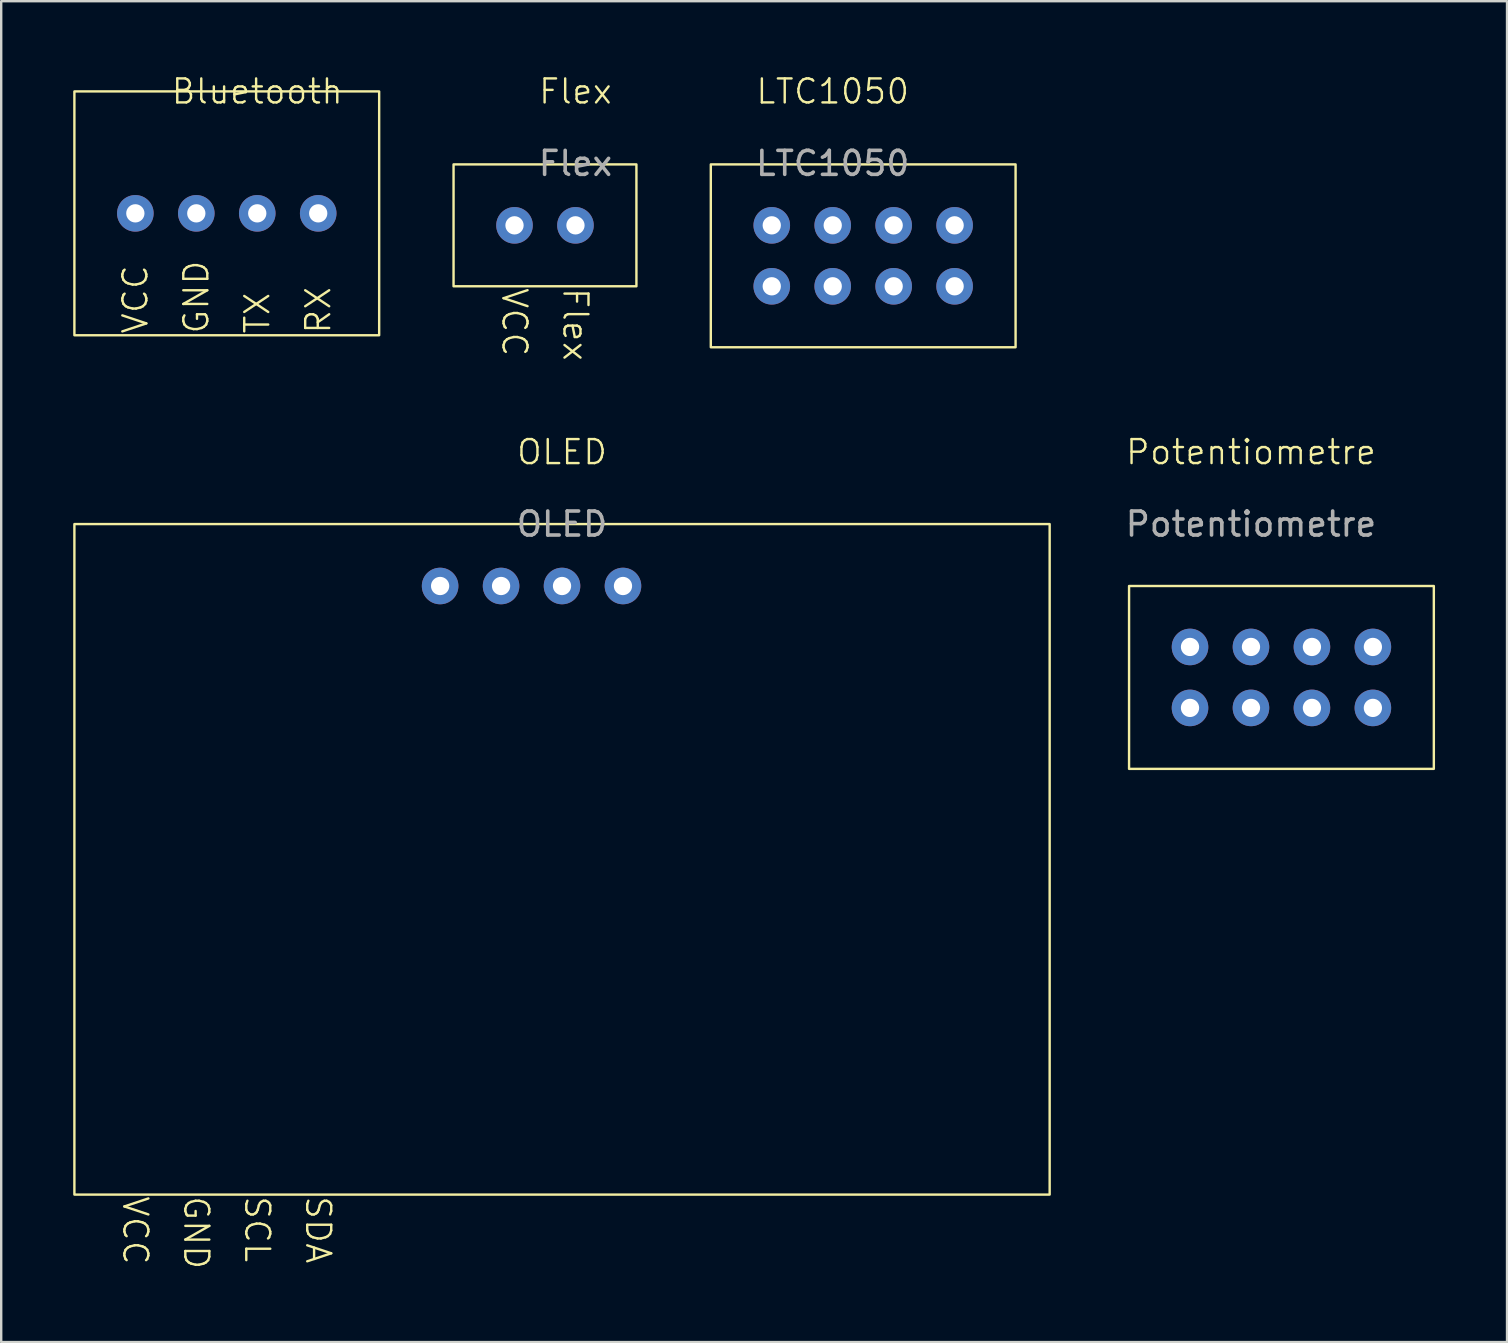
<source format=kicad_pcb>
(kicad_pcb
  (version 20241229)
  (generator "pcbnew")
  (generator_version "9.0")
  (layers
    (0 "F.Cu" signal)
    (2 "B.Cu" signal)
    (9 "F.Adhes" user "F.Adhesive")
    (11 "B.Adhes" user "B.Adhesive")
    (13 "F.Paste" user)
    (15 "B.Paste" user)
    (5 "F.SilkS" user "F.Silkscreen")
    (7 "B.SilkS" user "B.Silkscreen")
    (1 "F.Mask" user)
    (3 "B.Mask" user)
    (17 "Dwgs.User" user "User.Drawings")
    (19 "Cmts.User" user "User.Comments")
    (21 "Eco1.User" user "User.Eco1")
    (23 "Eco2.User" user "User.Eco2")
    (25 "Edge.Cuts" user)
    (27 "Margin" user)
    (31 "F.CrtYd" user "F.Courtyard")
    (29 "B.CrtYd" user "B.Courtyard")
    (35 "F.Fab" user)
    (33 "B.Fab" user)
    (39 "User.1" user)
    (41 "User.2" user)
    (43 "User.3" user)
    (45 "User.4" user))
  (footprint "LTC1050"
    (layer "F.Cu")
    (at 31.65 1.26)
    (property "Reference" "LTC1050" (at 0 -0.5 0) (unlocked yes) (layer "F.SilkS") (effects (font (size 1 1) (thickness 0.1))))
    (attr through_hole)
    (fp_rect (start 7.62 10.16) (end -5.08 2.54) (stroke (width 0.1) (type default)) (fill no) (layer "F.SilkS"))
    (fp_text user "${REFERENCE}" (at 0 2.5 0) (unlocked yes) (layer "F.Fab") (effects (font (size 1 1) (thickness 0.15))))
    (pad "1" thru_hole circle (at 5.08 5.08) (size 1.524 1.524) (drill 0.762) (layers "*.Cu" "*.Mask"))
    (pad "2" thru_hole circle (at 2.54 5.08) (size 1.524 1.524) (drill 0.762) (layers "*.Cu" "*.Mask"))
    (pad "3" thru_hole circle (at 0 5.08) (size 1.524 1.524) (drill 0.762) (layers "*.Cu" "*.Mask"))
    (pad "4" thru_hole circle (at -2.54 5.08) (size 1.524 1.524) (drill 0.762) (layers "*.Cu" "*.Mask"))
    (pad "5" thru_hole circle (at 5.08 7.62) (size 1.524 1.524) (drill 0.762) (layers "*.Cu" "*.Mask"))
    (pad "6" thru_hole circle (at 2.54 7.62) (size 1.524 1.524) (drill 0.762) (layers "*.Cu" "*.Mask"))
    (pad "7" thru_hole circle (at 0 7.62) (size 1.524 1.524) (drill 0.762) (layers "*.Cu" "*.Mask"))
    (pad "8" thru_hole circle (at -2.54 7.62) (size 1.524 1.524) (drill 0.762) (layers "*.Cu" "*.Mask")))
  (footprint "OLED"
    (layer "F.Cu")
    (at 7.67 39.109)
    (property "Reference" "OLED" (at 12.7 -23.32 0) (unlocked yes) (layer "F.SilkS") (effects (font (size 1 1) (thickness 0.1))))
    (attr through_hole)
    (fp_rect (start -7.62 7.62) (end 33.02 -20.32) (stroke (width 0.1) (type default)) (fill no) (layer "F.SilkS"))
    (fp_text user "GND" (at -2.54 7.62 270) (unlocked yes) (layer "F.SilkS") (effects (font (size 1 1) (thickness 0.1)) (justify left)))
    (fp_text user "SCL" (at 0 7.62 270) (unlocked yes) (layer "F.SilkS") (effects (font (size 1 1) (thickness 0.1)) (justify left)))
    (fp_text user "VCC" (at -5.08 7.62 270) (unlocked yes) (layer "F.SilkS") (effects (font (size 1 1) (thickness 0.1)) (justify left)))
    (fp_text user "SDA" (at 2.54 7.62 270) (unlocked yes) (layer "F.SilkS") (effects (font (size 1 1) (thickness 0.1)) (justify left)))
    (fp_text user "${REFERENCE}" (at 12.7 -20.32 0) (unlocked yes) (layer "F.Fab") (effects (font (size 1 1) (thickness 0.15))))
    (pad "1" thru_hole circle (at 7.62 -17.74) (size 1.524 1.524) (drill 0.762) (layers "*.Cu" "*.Mask"))
    (pad "2" thru_hole circle (at 10.16 -17.74) (size 1.524 1.524) (drill 0.762) (layers "*.Cu" "*.Mask"))
    (pad "3" thru_hole circle (at 12.7 -17.74) (size 1.524 1.524) (drill 0.762) (layers "*.Cu" "*.Mask"))
    (pad "4" thru_hole circle (at 15.24 -17.74) (size 1.524 1.524) (drill 0.762) (layers "*.Cu" "*.Mask")))
  (footprint "Potentiometre"
    (layer "F.Cu")
    (at 49.079 16.289)
    (property "Reference" "Potentiometre" (at 0 -0.5 0) (unlocked yes) (layer "F.SilkS") (effects (font (size 1 1) (thickness 0.1))))
    (attr through_hole)
    (fp_rect (start 7.62 12.7) (end -5.08 5.08) (stroke (width 0.1) (type default)) (fill no) (layer "F.SilkS"))
    (fp_text user "${REFERENCE}" (at 0 2.5 0) (unlocked yes) (layer "F.Fab") (effects (font (size 1 1) (thickness 0.15))))
    (pad "1" thru_hole circle (at 5.08 7.62) (size 1.524 1.524) (drill 0.762) (layers "*.Cu" "*.Mask"))
    (pad "2" thru_hole circle (at 2.54 7.62) (size 1.524 1.524) (drill 0.762) (layers "*.Cu" "*.Mask"))
    (pad "3" thru_hole circle (at 0 7.62) (size 1.524 1.524) (drill 0.762) (layers "*.Cu" "*.Mask"))
    (pad "4" thru_hole circle (at -2.54 7.62) (size 1.524 1.524) (drill 0.762) (layers "*.Cu" "*.Mask"))
    (pad "5" thru_hole circle (at 5.08 10.16) (size 1.524 1.524) (drill 0.762) (layers "*.Cu" "*.Mask"))
    (pad "6" thru_hole circle (at 2.54 10.16) (size 1.524 1.524) (drill 0.762) (layers "*.Cu" "*.Mask"))
    (pad "7" thru_hole circle (at 0 10.16) (size 1.524 1.524) (drill 0.762) (layers "*.Cu" "*.Mask"))
    (pad "8" thru_hole circle (at -2.54 10.16) (size 1.524 1.524) (drill 0.762) (layers "*.Cu" "*.Mask")))
  (footprint "Flex"
    (layer "F.Cu")
    (at 20.93 1.26)
    (property "Reference" "Flex" (at 0 -0.5 0) (unlocked yes) (layer "F.SilkS") (effects (font (size 1 1) (thickness 0.1))))
    (attr through_hole)
    (fp_rect (start 2.54 7.62) (end -5.08 2.54) (stroke (width 0.1) (type default)) (fill no) (layer "F.SilkS"))
    (fp_text user "Flex" (at 0 7.62 270) (unlocked yes) (layer "F.SilkS") (effects (font (size 1 1) (thickness 0.1)) (justify left)))
    (fp_text user "VCC" (at -2.54 7.62 270) (unlocked yes) (layer "F.SilkS") (effects (font (size 1 1) (thickness 0.1)) (justify left)))
    (fp_text user "${REFERENCE}" (at 0 2.5 0) (unlocked yes) (layer "F.Fab") (effects (font (size 1 1) (thickness 0.15))))
    (pad "1" thru_hole circle (at -2.54 5.08) (size 1.524 1.524) (drill 0.762) (layers "*.Cu" "*.Mask"))
    (pad "2" thru_hole circle (at 0 5.08) (size 1.524 1.524) (drill 0.762) (layers "*.Cu" "*.Mask")))
  (footprint "Bluetooth"
    (layer "F.Cu")
    (at 7.67 8.38)
    (property "Reference" "Bluetooth" (at 0 -7.62 0) (unlocked yes) (layer "F.SilkS") (effects (font (size 1 1) (thickness 0.1))))
    (attr through_hole)
    (fp_rect (start 5.08 2.54) (end -7.62 -7.62) (stroke (width 0.1) (type default)) (fill no) (layer "F.SilkS"))
    (fp_text user "TX" (at 0 2.54 90) (unlocked yes) (layer "F.SilkS") (effects (font (size 1 1) (thickness 0.1)) (justify left)))
    (fp_text user "GND" (at -2.54 2.54 90) (unlocked yes) (layer "F.SilkS") (effects (font (size 1 1) (thickness 0.1)) (justify left)))
    (fp_text user "VCC" (at -5.08 2.54 90) (unlocked yes) (layer "F.SilkS") (effects (font (size 1 1) (thickness 0.1)) (justify left)))
    (fp_text user "RX" (at 2.54 2.54 90) (unlocked yes) (layer "F.SilkS") (effects (font (size 1 1) (thickness 0.1)) (justify left)))
    (pad "1" thru_hole circle (at -5.08 -2.54) (size 1.524 1.524) (drill 0.762) (layers "*.Cu" "*.Mask"))
    (pad "2" thru_hole circle (at -2.54 -2.54) (size 1.524 1.524) (drill 0.762) (layers "*.Cu" "*.Mask"))
    (pad "3" thru_hole circle (at 0 -2.54) (size 1.524 1.524) (drill 0.762) (layers "*.Cu" "*.Mask"))
    (pad "4" thru_hole circle (at 2.54 -2.54) (size 1.524 1.524) (drill 0.762) (layers "*.Cu" "*.Mask")))
  (gr_rect
    (start -3 -3)
    (end 59.749 52.876)
    (stroke (width 0.1) (type default))
    (fill no)
    (layer "Edge.Cuts")))
</source>
